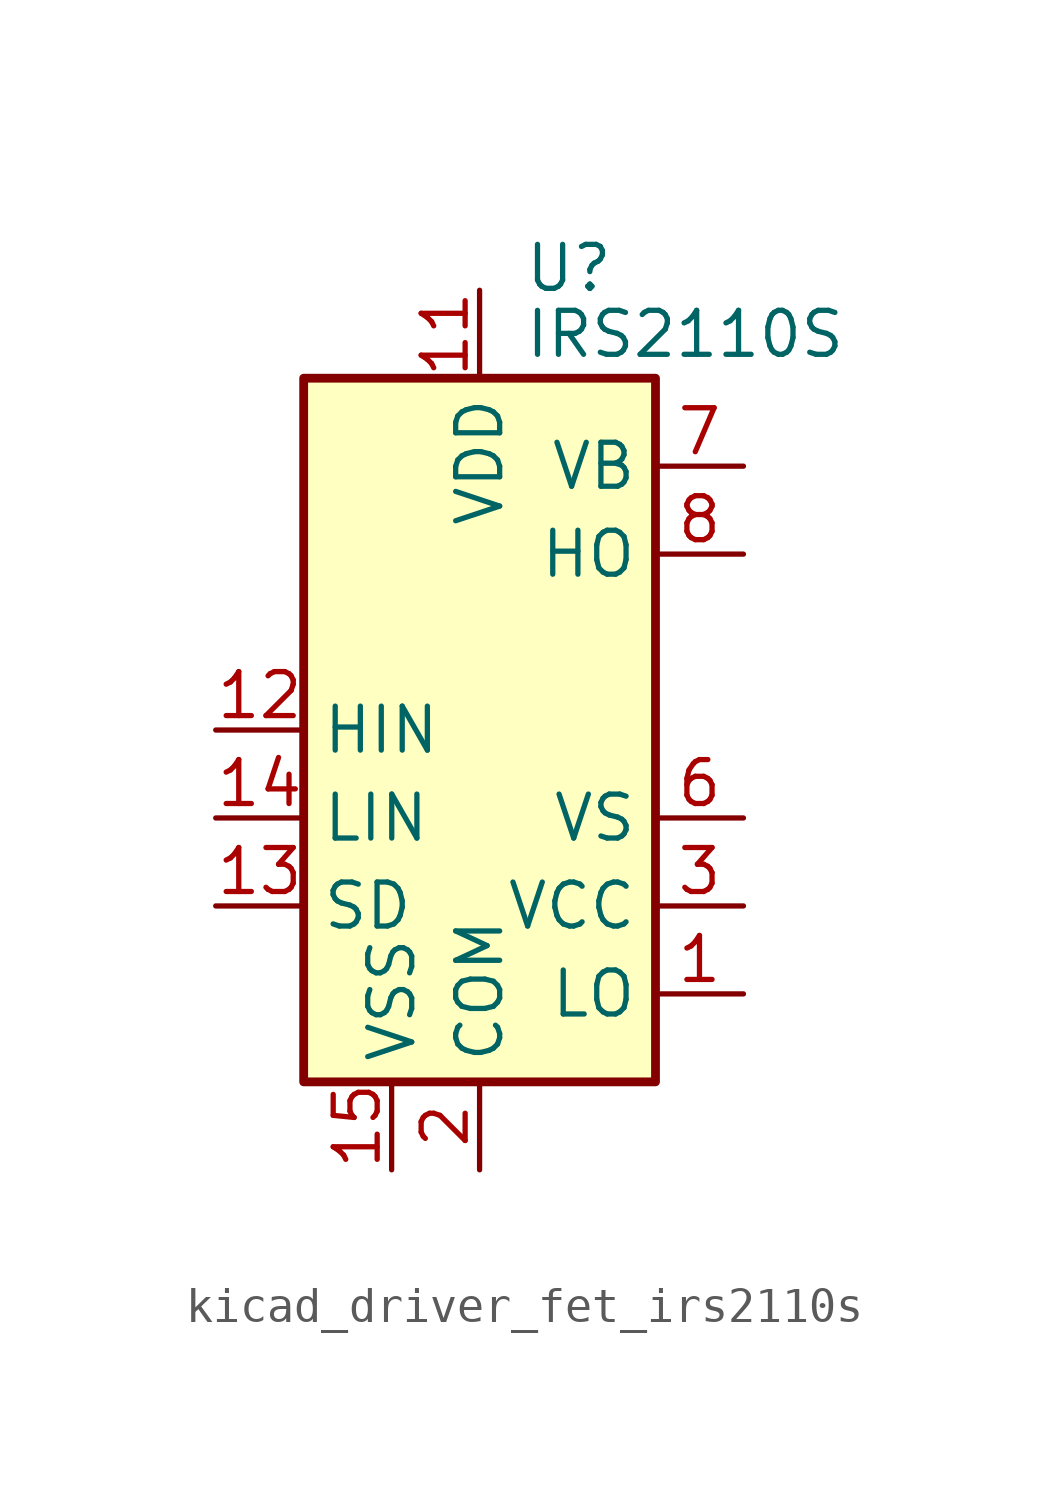
<source format=kicad_sym>
(kicad_symbol_lib
  (version 20220914)
  (generator kicad_symbol_editor)
  (symbol "kicad_driver_fet_irs2110s"
    (property "Reference" "U"
      (at 1.27 13.335 0)
      (effects (font (size 1.27 1.27)) (justify left)))
    (property "Value" "IRS2110S"
      (at 1.27 11.43 0)
      (effects (font (size 1.27 1.27)) (justify left)))
    (symbol "kicad_driver_fet_irs2110s_0_1"
      (rectangle (start -5.08 -10.16) (end 5.08 10.16) (stroke (width 0.254) (type default)) (fill (type background))))
    (symbol "kicad_driver_fet_irs2110s_1_1"
      (pin output line (at 7.62 -7.62 180) (length 2.54) (name "LO" (effects (font (size 1.27 1.27)))) (number "1" (effects (font (size 1.27 1.27)))))
      (pin no_connect line (at 5.08 2.54 180) (length 2.54) hide (name "NC" (effects (font (size 1.27 1.27)))) (number "10" (effects (font (size 1.27 1.27)))))
      (pin power_in line (at 0 12.7 270) (length 2.54) (name "VDD" (effects (font (size 1.27 1.27)))) (number "11" (effects (font (size 1.27 1.27)))))
      (pin input line (at -7.62 0 0) (length 2.54) (name "HIN" (effects (font (size 1.27 1.27)))) (number "12" (effects (font (size 1.27 1.27)))))
      (pin input line (at -7.62 -5.08 0) (length 2.54) (name "SD" (effects (font (size 1.27 1.27)))) (number "13" (effects (font (size 1.27 1.27)))))
      (pin input line (at -7.62 -2.54 0) (length 2.54) (name "LIN" (effects (font (size 1.27 1.27)))) (number "14" (effects (font (size 1.27 1.27)))))
      (pin power_in line (at -2.54 -12.7 90) (length 2.54) (name "VSS" (effects (font (size 1.27 1.27)))) (number "15" (effects (font (size 1.27 1.27)))))
      (pin no_connect line (at 5.08 0 180) (length 2.54) hide (name "NC" (effects (font (size 1.27 1.27)))) (number "16" (effects (font (size 1.27 1.27)))))
      (pin power_in line (at 0 -12.7 90) (length 2.54) (name "COM" (effects (font (size 1.27 1.27)))) (number "2" (effects (font (size 1.27 1.27)))))
      (pin power_in line (at 7.62 -5.08 180) (length 2.54) (name "VCC" (effects (font (size 1.27 1.27)))) (number "3" (effects (font (size 1.27 1.27)))))
      (pin no_connect line (at -5.08 7.62 0) (length 2.54) hide (name "NC" (effects (font (size 1.27 1.27)))) (number "4" (effects (font (size 1.27 1.27)))))
      (pin no_connect line (at -5.08 5.08 0) (length 2.54) hide (name "NC" (effects (font (size 1.27 1.27)))) (number "5" (effects (font (size 1.27 1.27)))))
      (pin passive line (at 7.62 -2.54 180) (length 2.54) (name "VS" (effects (font (size 1.27 1.27)))) (number "6" (effects (font (size 1.27 1.27)))))
      (pin passive line (at 7.62 7.62 180) (length 2.54) (name "VB" (effects (font (size 1.27 1.27)))) (number "7" (effects (font (size 1.27 1.27)))))
      (pin output line (at 7.62 5.08 180) (length 2.54) (name "HO" (effects (font (size 1.27 1.27)))) (number "8" (effects (font (size 1.27 1.27)))))
      (pin no_connect line (at -5.08 2.54 0) (length 2.54) hide (name "NC" (effects (font (size 1.27 1.27)))) (number "9" (effects (font (size 1.27 1.27))))))))
</source>
